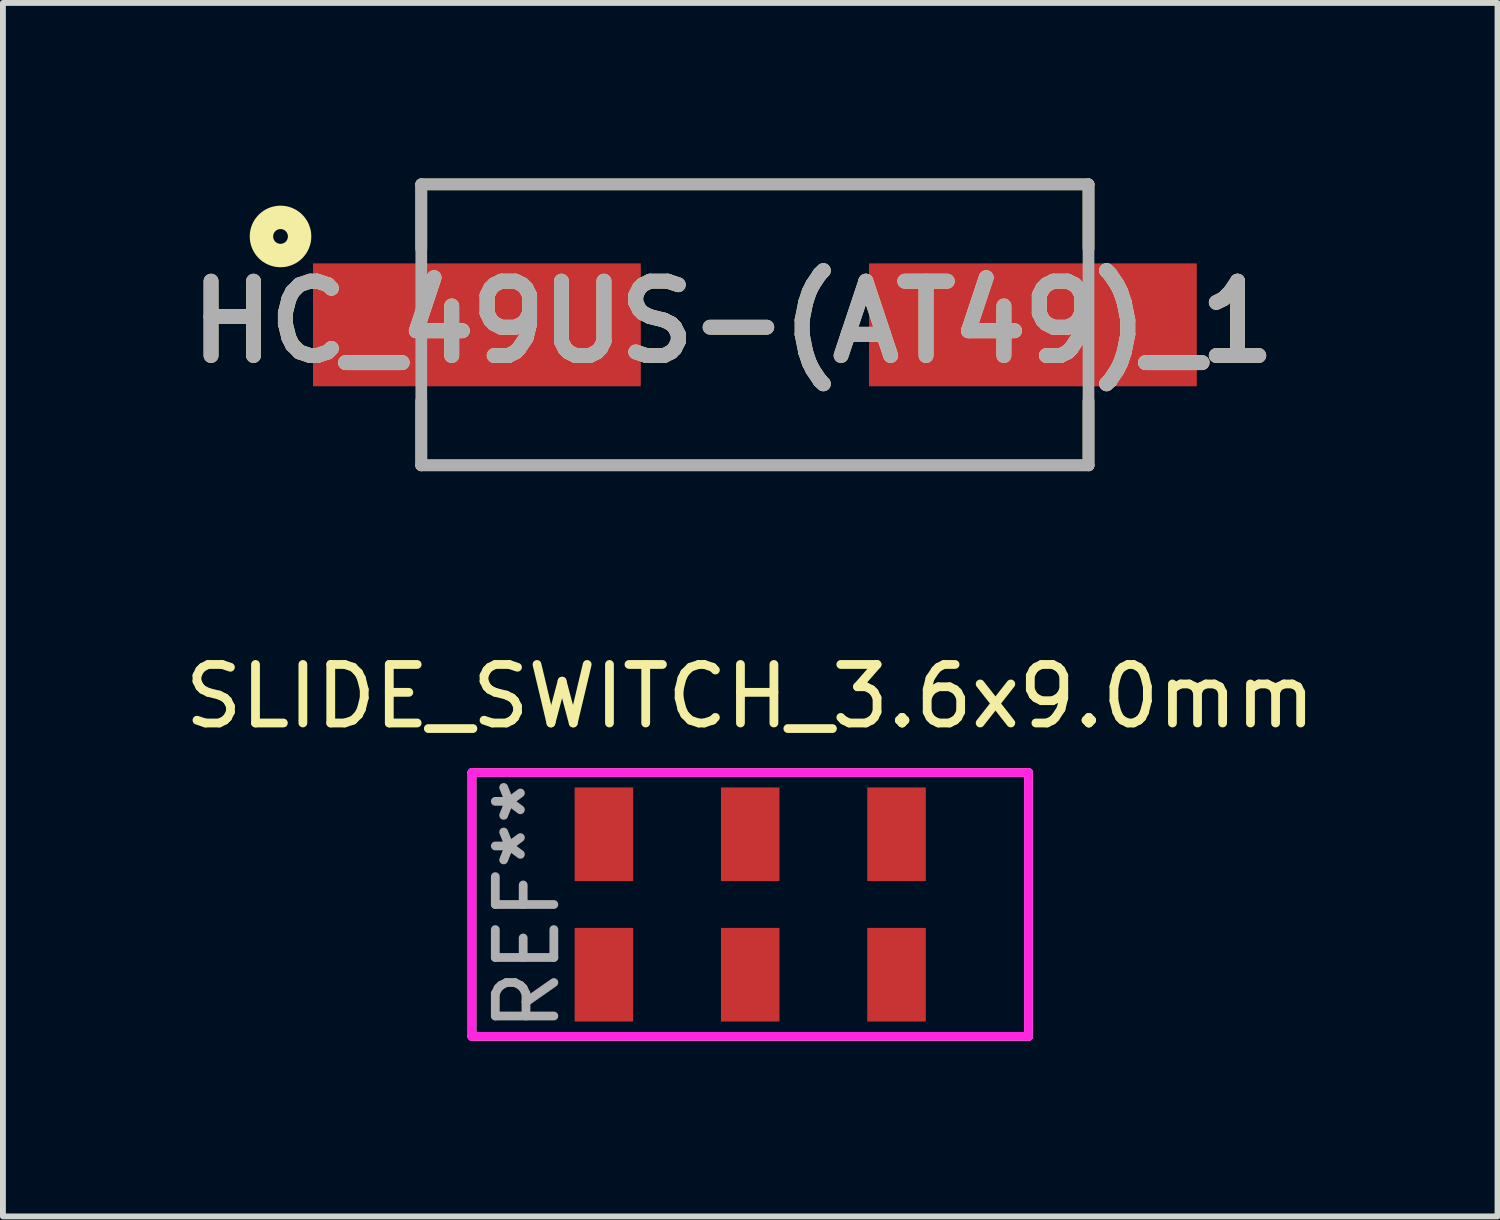
<source format=kicad_pcb>
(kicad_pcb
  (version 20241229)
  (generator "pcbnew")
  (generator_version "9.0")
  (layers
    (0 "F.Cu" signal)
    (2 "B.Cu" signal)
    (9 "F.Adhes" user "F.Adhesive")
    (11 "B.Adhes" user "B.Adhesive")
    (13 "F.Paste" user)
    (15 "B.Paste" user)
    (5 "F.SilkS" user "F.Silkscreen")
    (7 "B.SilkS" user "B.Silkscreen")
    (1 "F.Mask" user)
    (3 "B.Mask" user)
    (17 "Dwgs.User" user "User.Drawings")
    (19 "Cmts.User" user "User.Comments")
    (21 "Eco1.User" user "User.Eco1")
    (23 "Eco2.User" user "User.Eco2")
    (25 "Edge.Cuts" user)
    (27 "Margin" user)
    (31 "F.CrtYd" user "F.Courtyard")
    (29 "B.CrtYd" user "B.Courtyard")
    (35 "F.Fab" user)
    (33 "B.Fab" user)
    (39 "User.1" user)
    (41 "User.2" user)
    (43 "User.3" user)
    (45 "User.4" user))
  (footprint "HC_49US-(AT49)_1"
    (layer "F.Cu")
    (at 9.848 2.5)
    (property "Reference" "HC_49US-(AT49)_1" (at -0.372 -0.05 0) (layer "F.SilkS") (effects (font (size 1.27 1.27) (thickness 0.254))))
    (attr smd)
    (fp_line (start -5.7 -2.4) (end -5.7 -1.3) (stroke (width 0.2) (type solid)) (layer "F.SilkS"))
    (fp_line (start -5.7 -2.4) (end 5.7 -2.4) (stroke (width 0.2) (type solid)) (layer "F.SilkS"))
    (fp_line (start -5.7 2.4) (end -5.7 1.3) (stroke (width 0.2) (type solid)) (layer "F.SilkS"))
    (fp_line (start -5.7 2.4) (end 5.7 2.4) (stroke (width 0.2) (type solid)) (layer "F.SilkS"))
    (fp_line (start 5.7 -2.4) (end 5.7 -1.3) (stroke (width 0.2) (type solid)) (layer "F.SilkS"))
    (fp_line (start 5.7 2.4) (end 5.7 1.3) (stroke (width 0.2) (type solid)) (layer "F.SilkS"))
    (fp_circle (center -8.105 -1.51) (end -8.105 -1.384) (stroke (width 0.4) (type solid)) (fill no) (layer "F.SilkS"))
    (fp_line (start -5.7 -2.4) (end 5.7 -2.4) (stroke (width 0.2) (type solid)) (layer "F.Fab"))
    (fp_line (start -5.7 2.4) (end -5.7 -2.4) (stroke (width 0.2) (type solid)) (layer "F.Fab"))
    (fp_line (start 5.7 -2.4) (end 5.7 2.4) (stroke (width 0.2) (type solid)) (layer "F.Fab"))
    (fp_line (start 5.7 2.4) (end -5.7 2.4) (stroke (width 0.2) (type solid)) (layer "F.Fab"))
    (fp_text user "${REFERENCE}" (at -0.372 -0.05 0) (layer "F.Fab") (effects (font (size 1.27 1.27) (thickness 0.254))))
    (pad "1" smd rect (at -4.75 0 90) (size 2.1 5.6) (layers "F.Cu" "F.Mask" "F.Paste"))
    (pad "2" smd rect (at 4.75 0 90) (size 2.1 5.6) (layers "F.Cu" "F.Mask" "F.Paste")))
  (footprint "SLIDE_SWITCH_3.6x9.0mm"
    (layer "F.Cu")
    (at 9.768 12.404)
    (property "Reference" "SLIDE_SWITCH_3.6x9.0mm" (at 0 -3.556 0) (layer "F.SilkS") (effects (font (size 1 1) (thickness 0.15))))
    (attr through_hole)
    (fp_line (start -4.754 -2.254) (end -4.754 2.254) (stroke (width 0.15) (type solid)) (layer "F.SilkS"))
    (fp_line (start -4.754 2.254) (end 4.754 2.254) (stroke (width 0.15) (type solid)) (layer "F.SilkS"))
    (fp_line (start 4.754 -2.254) (end -4.754 -2.254) (stroke (width 0.15) (type solid)) (layer "F.SilkS"))
    (fp_line (start 4.754 2.254) (end 4.754 -2.254) (stroke (width 0.15) (type solid)) (layer "F.SilkS"))
    (fp_line (start -4.754 -2.254) (end -4.754 2.254) (stroke (width 0.15) (type solid)) (layer "F.CrtYd"))
    (fp_line (start -4.754 2.254) (end 4.754 2.254) (stroke (width 0.15) (type solid)) (layer "F.CrtYd"))
    (fp_line (start 4.754 -2.254) (end -4.754 -2.254) (stroke (width 0.15) (type solid)) (layer "F.CrtYd"))
    (fp_line (start 4.754 2.254) (end 4.754 -2.254) (stroke (width 0.15) (type solid)) (layer "F.CrtYd"))
    (fp_text user "REF**" (at -3.81 0 90) (layer "F.Fab") (effects (font (size 1 1) (thickness 0.15))))
    (pad "1" smd rect (at -2.5 1.2) (size 1 1.6) (layers "F.Cu" "F.Mask" "F.Paste"))
    (pad "2" smd rect (at 0 1.2) (size 1 1.6) (layers "F.Cu" "F.Mask" "F.Paste"))
    (pad "3" smd rect (at 2.5 1.2) (size 1 1.6) (layers "F.Cu" "F.Mask" "F.Paste"))
    (pad "4" smd rect (at 2.5 -1.2) (size 1 1.6) (layers "F.Cu" "F.Mask" "F.Paste"))
    (pad "5" smd rect (at 0 -1.2) (size 1 1.6) (layers "F.Cu" "F.Mask" "F.Paste"))
    (pad "6" smd rect (at -2.5 -1.2) (size 1 1.6) (layers "F.Cu" "F.Mask" "F.Paste")))
  (gr_rect
    (start -3 -3)
    (end 22.536 17.733)
    (stroke (width 0.1) (type default))
    (fill no)
    (layer "Edge.Cuts")))
</source>
